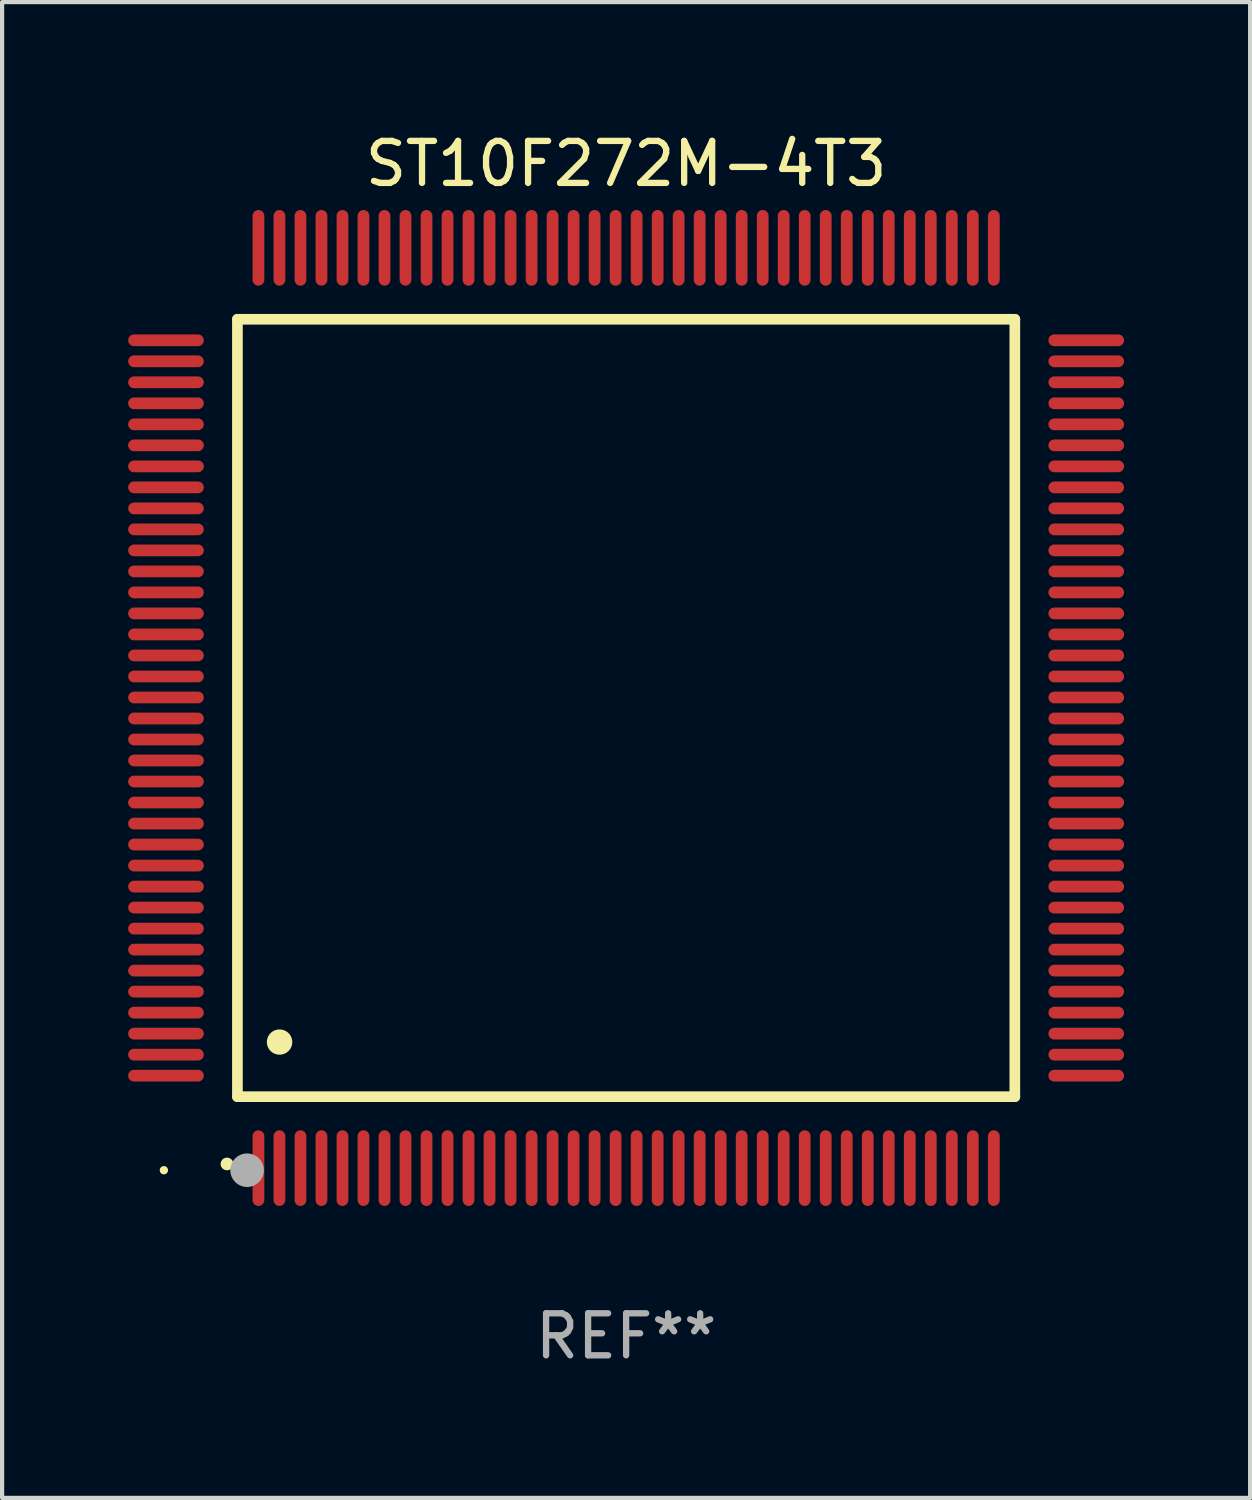
<source format=kicad_pcb>
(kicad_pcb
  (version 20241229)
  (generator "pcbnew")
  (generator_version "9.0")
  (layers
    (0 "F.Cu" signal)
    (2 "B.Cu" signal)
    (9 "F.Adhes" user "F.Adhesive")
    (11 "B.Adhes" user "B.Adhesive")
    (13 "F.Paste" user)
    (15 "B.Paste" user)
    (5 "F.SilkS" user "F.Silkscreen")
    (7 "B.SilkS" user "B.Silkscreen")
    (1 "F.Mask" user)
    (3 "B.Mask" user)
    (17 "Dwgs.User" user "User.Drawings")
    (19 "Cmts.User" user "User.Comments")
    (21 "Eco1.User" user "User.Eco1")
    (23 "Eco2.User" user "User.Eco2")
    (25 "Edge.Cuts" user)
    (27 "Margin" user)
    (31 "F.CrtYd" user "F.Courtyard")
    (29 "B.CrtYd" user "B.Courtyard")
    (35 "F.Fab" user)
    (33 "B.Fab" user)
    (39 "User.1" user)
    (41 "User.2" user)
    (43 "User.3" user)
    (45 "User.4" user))
  (footprint "ST10F272M-4T3"
    (layer "F.Cu")
    (at 11.85 13.798)
    (property "Reference" "ST10F272M-4T3" (at 0 -12.95 0) (layer "F.SilkS") (effects (font (size 1 1) (thickness 0.15))))
    (attr through_hole)
    (fp_line (start -9.25 -9.25) (end -9.25 9.25) (stroke (width 0.254) (type solid)) (layer "F.SilkS"))
    (fp_line (start -9.25 9.25) (end 9.25 9.25) (stroke (width 0.254) (type solid)) (layer "F.SilkS"))
    (fp_line (start 9.25 -9.25) (end -9.25 -9.25) (stroke (width 0.254) (type solid)) (layer "F.SilkS"))
    (fp_line (start 9.25 9.25) (end 9.25 -9.25) (stroke (width 0.254) (type solid)) (layer "F.SilkS"))
    (fp_arc (start -9.499619 10.850902) (mid -9.498349 10.850897) (end -9.497079 10.850902) (stroke (width 0.3) (type solid)) (layer "F.SilkS"))
    (fp_arc (start -8.249936 7.950216) (mid -8.247396 7.950205) (end -8.244856 7.950216) (stroke (width 0.6) (type solid)) (layer "F.SilkS"))
    (fp_circle (center -11 11) (end -10.95 11) (stroke (width 0.1) (type solid)) (fill no) (layer "F.SilkS"))
    (fp_circle (center -9.02 11) (end -8.82 11) (stroke (width 0.4) (type solid)) (fill no) (layer "F.Fab"))
    (fp_text user "REF**" (at 0 14.95 0) (layer "F.Fab") (effects (font (size 1 1) (thickness 0.15))))
    (pad "1" smd oval (at -8.75 10.95) (size 0.28 1.8) (layers "F.Cu" "F.Mask" "F.Paste"))
    (pad "2" smd oval (at -8.25 10.95) (size 0.28 1.8) (layers "F.Cu" "F.Mask" "F.Paste"))
    (pad "3" smd oval (at -7.75 10.95) (size 0.28 1.8) (layers "F.Cu" "F.Mask" "F.Paste"))
    (pad "4" smd oval (at -7.25 10.95) (size 0.28 1.8) (layers "F.Cu" "F.Mask" "F.Paste"))
    (pad "5" smd oval (at -6.75 10.95) (size 0.28 1.8) (layers "F.Cu" "F.Mask" "F.Paste"))
    (pad "6" smd oval (at -6.25 10.95) (size 0.28 1.8) (layers "F.Cu" "F.Mask" "F.Paste"))
    (pad "7" smd oval (at -5.75 10.95) (size 0.28 1.8) (layers "F.Cu" "F.Mask" "F.Paste"))
    (pad "8" smd oval (at -5.25 10.95) (size 0.28 1.8) (layers "F.Cu" "F.Mask" "F.Paste"))
    (pad "9" smd oval (at -4.75 10.95) (size 0.28 1.8) (layers "F.Cu" "F.Mask" "F.Paste"))
    (pad "10" smd oval (at -4.25 10.95) (size 0.28 1.8) (layers "F.Cu" "F.Mask" "F.Paste"))
    (pad "11" smd oval (at -3.75 10.95) (size 0.28 1.8) (layers "F.Cu" "F.Mask" "F.Paste"))
    (pad "12" smd oval (at -3.25 10.95) (size 0.28 1.8) (layers "F.Cu" "F.Mask" "F.Paste"))
    (pad "13" smd oval (at -2.75 10.95) (size 0.28 1.8) (layers "F.Cu" "F.Mask" "F.Paste"))
    (pad "14" smd oval (at -2.25 10.95) (size 0.28 1.8) (layers "F.Cu" "F.Mask" "F.Paste"))
    (pad "15" smd oval (at -1.75 10.95) (size 0.28 1.8) (layers "F.Cu" "F.Mask" "F.Paste"))
    (pad "16" smd oval (at -1.25 10.95) (size 0.28 1.8) (layers "F.Cu" "F.Mask" "F.Paste"))
    (pad "17" smd oval (at -0.75 10.95) (size 0.28 1.8) (layers "F.Cu" "F.Mask" "F.Paste"))
    (pad "18" smd oval (at -0.25 10.95) (size 0.28 1.8) (layers "F.Cu" "F.Mask" "F.Paste"))
    (pad "19" smd oval (at 0.25 10.95) (size 0.28 1.8) (layers "F.Cu" "F.Mask" "F.Paste"))
    (pad "20" smd oval (at 0.75 10.95) (size 0.28 1.8) (layers "F.Cu" "F.Mask" "F.Paste"))
    (pad "21" smd oval (at 1.25 10.95) (size 0.28 1.8) (layers "F.Cu" "F.Mask" "F.Paste"))
    (pad "22" smd oval (at 1.75 10.95) (size 0.28 1.8) (layers "F.Cu" "F.Mask" "F.Paste"))
    (pad "23" smd oval (at 2.25 10.95) (size 0.28 1.8) (layers "F.Cu" "F.Mask" "F.Paste"))
    (pad "24" smd oval (at 2.75 10.95) (size 0.28 1.8) (layers "F.Cu" "F.Mask" "F.Paste"))
    (pad "25" smd oval (at 3.25 10.95) (size 0.28 1.8) (layers "F.Cu" "F.Mask" "F.Paste"))
    (pad "26" smd oval (at 3.75 10.95) (size 0.28 1.8) (layers "F.Cu" "F.Mask" "F.Paste"))
    (pad "27" smd oval (at 4.25 10.95) (size 0.28 1.8) (layers "F.Cu" "F.Mask" "F.Paste"))
    (pad "28" smd oval (at 4.75 10.95) (size 0.28 1.8) (layers "F.Cu" "F.Mask" "F.Paste"))
    (pad "29" smd oval (at 5.25 10.95) (size 0.28 1.8) (layers "F.Cu" "F.Mask" "F.Paste"))
    (pad "30" smd oval (at 5.75 10.95) (size 0.28 1.8) (layers "F.Cu" "F.Mask" "F.Paste"))
    (pad "31" smd oval (at 6.25 10.95) (size 0.28 1.8) (layers "F.Cu" "F.Mask" "F.Paste"))
    (pad "32" smd oval (at 6.75 10.95) (size 0.28 1.8) (layers "F.Cu" "F.Mask" "F.Paste"))
    (pad "33" smd oval (at 7.25 10.95) (size 0.28 1.8) (layers "F.Cu" "F.Mask" "F.Paste"))
    (pad "34" smd oval (at 7.75 10.95) (size 0.28 1.8) (layers "F.Cu" "F.Mask" "F.Paste"))
    (pad "35" smd oval (at 8.25 10.95) (size 0.28 1.8) (layers "F.Cu" "F.Mask" "F.Paste"))
    (pad "36" smd oval (at 8.75 10.95) (size 0.28 1.8) (layers "F.Cu" "F.Mask" "F.Paste"))
    (pad "37" smd oval (at 10.95 8.75) (size 1.8 0.28) (layers "F.Cu" "F.Mask" "F.Paste"))
    (pad "38" smd oval (at 10.95 8.25) (size 1.8 0.28) (layers "F.Cu" "F.Mask" "F.Paste"))
    (pad "39" smd oval (at 10.95 7.75) (size 1.8 0.28) (layers "F.Cu" "F.Mask" "F.Paste"))
    (pad "40" smd oval (at 10.95 7.25) (size 1.8 0.28) (layers "F.Cu" "F.Mask" "F.Paste"))
    (pad "41" smd oval (at 10.95 6.75) (size 1.8 0.28) (layers "F.Cu" "F.Mask" "F.Paste"))
    (pad "42" smd oval (at 10.95 6.25) (size 1.8 0.28) (layers "F.Cu" "F.Mask" "F.Paste"))
    (pad "43" smd oval (at 10.95 5.75) (size 1.8 0.28) (layers "F.Cu" "F.Mask" "F.Paste"))
    (pad "44" smd oval (at 10.95 5.25) (size 1.8 0.28) (layers "F.Cu" "F.Mask" "F.Paste"))
    (pad "45" smd oval (at 10.95 4.75) (size 1.8 0.28) (layers "F.Cu" "F.Mask" "F.Paste"))
    (pad "46" smd oval (at 10.95 4.25) (size 1.8 0.28) (layers "F.Cu" "F.Mask" "F.Paste"))
    (pad "47" smd oval (at 10.95 3.75) (size 1.8 0.28) (layers "F.Cu" "F.Mask" "F.Paste"))
    (pad "48" smd oval (at 10.95 3.25) (size 1.8 0.28) (layers "F.Cu" "F.Mask" "F.Paste"))
    (pad "49" smd oval (at 10.95 2.75) (size 1.8 0.28) (layers "F.Cu" "F.Mask" "F.Paste"))
    (pad "50" smd oval (at 10.95 2.25) (size 1.8 0.28) (layers "F.Cu" "F.Mask" "F.Paste"))
    (pad "51" smd oval (at 10.95 1.75) (size 1.8 0.28) (layers "F.Cu" "F.Mask" "F.Paste"))
    (pad "52" smd oval (at 10.95 1.25) (size 1.8 0.28) (layers "F.Cu" "F.Mask" "F.Paste"))
    (pad "53" smd oval (at 10.95 0.75) (size 1.8 0.28) (layers "F.Cu" "F.Mask" "F.Paste"))
    (pad "54" smd oval (at 10.95 0.25) (size 1.8 0.28) (layers "F.Cu" "F.Mask" "F.Paste"))
    (pad "55" smd oval (at 10.95 -0.25) (size 1.8 0.28) (layers "F.Cu" "F.Mask" "F.Paste"))
    (pad "56" smd oval (at 10.95 -0.75) (size 1.8 0.28) (layers "F.Cu" "F.Mask" "F.Paste"))
    (pad "57" smd oval (at 10.95 -1.25) (size 1.8 0.28) (layers "F.Cu" "F.Mask" "F.Paste"))
    (pad "58" smd oval (at 10.95 -1.75) (size 1.8 0.28) (layers "F.Cu" "F.Mask" "F.Paste"))
    (pad "59" smd oval (at 10.95 -2.25) (size 1.8 0.28) (layers "F.Cu" "F.Mask" "F.Paste"))
    (pad "60" smd oval (at 10.95 -2.75) (size 1.8 0.28) (layers "F.Cu" "F.Mask" "F.Paste"))
    (pad "61" smd oval (at 10.95 -3.25) (size 1.8 0.28) (layers "F.Cu" "F.Mask" "F.Paste"))
    (pad "62" smd oval (at 10.95 -3.75) (size 1.8 0.28) (layers "F.Cu" "F.Mask" "F.Paste"))
    (pad "63" smd oval (at 10.95 -4.25) (size 1.8 0.28) (layers "F.Cu" "F.Mask" "F.Paste"))
    (pad "64" smd oval (at 10.95 -4.75) (size 1.8 0.28) (layers "F.Cu" "F.Mask" "F.Paste"))
    (pad "65" smd oval (at 10.95 -5.25) (size 1.8 0.28) (layers "F.Cu" "F.Mask" "F.Paste"))
    (pad "66" smd oval (at 10.95 -5.75) (size 1.8 0.28) (layers "F.Cu" "F.Mask" "F.Paste"))
    (pad "67" smd oval (at 10.95 -6.25) (size 1.8 0.28) (layers "F.Cu" "F.Mask" "F.Paste"))
    (pad "68" smd oval (at 10.95 -6.75) (size 1.8 0.28) (layers "F.Cu" "F.Mask" "F.Paste"))
    (pad "69" smd oval (at 10.95 -7.25) (size 1.8 0.28) (layers "F.Cu" "F.Mask" "F.Paste"))
    (pad "70" smd oval (at 10.95 -7.75) (size 1.8 0.28) (layers "F.Cu" "F.Mask" "F.Paste"))
    (pad "71" smd oval (at 10.95 -8.25) (size 1.8 0.28) (layers "F.Cu" "F.Mask" "F.Paste"))
    (pad "72" smd oval (at 10.95 -8.75) (size 1.8 0.28) (layers "F.Cu" "F.Mask" "F.Paste"))
    (pad "73" smd oval (at 8.75 -10.95) (size 0.28 1.8) (layers "F.Cu" "F.Mask" "F.Paste"))
    (pad "74" smd oval (at 8.25 -10.95) (size 0.28 1.8) (layers "F.Cu" "F.Mask" "F.Paste"))
    (pad "75" smd oval (at 7.75 -10.95) (size 0.28 1.8) (layers "F.Cu" "F.Mask" "F.Paste"))
    (pad "76" smd oval (at 7.25 -10.95) (size 0.28 1.8) (layers "F.Cu" "F.Mask" "F.Paste"))
    (pad "77" smd oval (at 6.75 -10.95) (size 0.28 1.8) (layers "F.Cu" "F.Mask" "F.Paste"))
    (pad "78" smd oval (at 6.25 -10.95) (size 0.28 1.8) (layers "F.Cu" "F.Mask" "F.Paste"))
    (pad "79" smd oval (at 5.75 -10.95) (size 0.28 1.8) (layers "F.Cu" "F.Mask" "F.Paste"))
    (pad "80" smd oval (at 5.25 -10.95) (size 0.28 1.8) (layers "F.Cu" "F.Mask" "F.Paste"))
    (pad "81" smd oval (at 4.75 -10.95) (size 0.28 1.8) (layers "F.Cu" "F.Mask" "F.Paste"))
    (pad "82" smd oval (at 4.25 -10.95) (size 0.28 1.8) (layers "F.Cu" "F.Mask" "F.Paste"))
    (pad "83" smd oval (at 3.75 -10.95) (size 0.28 1.8) (layers "F.Cu" "F.Mask" "F.Paste"))
    (pad "84" smd oval (at 3.25 -10.95) (size 0.28 1.8) (layers "F.Cu" "F.Mask" "F.Paste"))
    (pad "85" smd oval (at 2.75 -10.95) (size 0.28 1.8) (layers "F.Cu" "F.Mask" "F.Paste"))
    (pad "86" smd oval (at 2.25 -10.95) (size 0.28 1.8) (layers "F.Cu" "F.Mask" "F.Paste"))
    (pad "87" smd oval (at 1.75 -10.95) (size 0.28 1.8) (layers "F.Cu" "F.Mask" "F.Paste"))
    (pad "88" smd oval (at 1.25 -10.95) (size 0.28 1.8) (layers "F.Cu" "F.Mask" "F.Paste"))
    (pad "89" smd oval (at 0.75 -10.95) (size 0.28 1.8) (layers "F.Cu" "F.Mask" "F.Paste"))
    (pad "90" smd oval (at 0.25 -10.95) (size 0.28 1.8) (layers "F.Cu" "F.Mask" "F.Paste"))
    (pad "91" smd oval (at -0.25 -10.95) (size 0.28 1.8) (layers "F.Cu" "F.Mask" "F.Paste"))
    (pad "92" smd oval (at -0.75 -10.95) (size 0.28 1.8) (layers "F.Cu" "F.Mask" "F.Paste"))
    (pad "93" smd oval (at -1.25 -10.95) (size 0.28 1.8) (layers "F.Cu" "F.Mask" "F.Paste"))
    (pad "94" smd oval (at -1.75 -10.95) (size 0.28 1.8) (layers "F.Cu" "F.Mask" "F.Paste"))
    (pad "95" smd oval (at -2.25 -10.95) (size 0.28 1.8) (layers "F.Cu" "F.Mask" "F.Paste"))
    (pad "96" smd oval (at -2.75 -10.95) (size 0.28 1.8) (layers "F.Cu" "F.Mask" "F.Paste"))
    (pad "97" smd oval (at -3.25 -10.95) (size 0.28 1.8) (layers "F.Cu" "F.Mask" "F.Paste"))
    (pad "98" smd oval (at -3.75 -10.95) (size 0.28 1.8) (layers "F.Cu" "F.Mask" "F.Paste"))
    (pad "99" smd oval (at -4.25 -10.95) (size 0.28 1.8) (layers "F.Cu" "F.Mask" "F.Paste"))
    (pad "100" smd oval (at -4.75 -10.95) (size 0.28 1.8) (layers "F.Cu" "F.Mask" "F.Paste"))
    (pad "101" smd oval (at -5.25 -10.95) (size 0.28 1.8) (layers "F.Cu" "F.Mask" "F.Paste"))
    (pad "102" smd oval (at -5.75 -10.95) (size 0.28 1.8) (layers "F.Cu" "F.Mask" "F.Paste"))
    (pad "103" smd oval (at -6.25 -10.95) (size 0.28 1.8) (layers "F.Cu" "F.Mask" "F.Paste"))
    (pad "104" smd oval (at -6.75 -10.95) (size 0.28 1.8) (layers "F.Cu" "F.Mask" "F.Paste"))
    (pad "105" smd oval (at -7.25 -10.95) (size 0.28 1.8) (layers "F.Cu" "F.Mask" "F.Paste"))
    (pad "106" smd oval (at -7.75 -10.95) (size 0.28 1.8) (layers "F.Cu" "F.Mask" "F.Paste"))
    (pad "107" smd oval (at -8.25 -10.95) (size 0.28 1.8) (layers "F.Cu" "F.Mask" "F.Paste"))
    (pad "108" smd oval (at -8.75 -10.95) (size 0.28 1.8) (layers "F.Cu" "F.Mask" "F.Paste"))
    (pad "109" smd oval (at -10.95 -8.75) (size 1.8 0.28) (layers "F.Cu" "F.Mask" "F.Paste"))
    (pad "110" smd oval (at -10.95 -8.25) (size 1.8 0.28) (layers "F.Cu" "F.Mask" "F.Paste"))
    (pad "111" smd oval (at -10.95 -7.75) (size 1.8 0.28) (layers "F.Cu" "F.Mask" "F.Paste"))
    (pad "112" smd oval (at -10.95 -7.25) (size 1.8 0.28) (layers "F.Cu" "F.Mask" "F.Paste"))
    (pad "113" smd oval (at -10.95 -6.75) (size 1.8 0.28) (layers "F.Cu" "F.Mask" "F.Paste"))
    (pad "114" smd oval (at -10.95 -6.25) (size 1.8 0.28) (layers "F.Cu" "F.Mask" "F.Paste"))
    (pad "115" smd oval (at -10.95 -5.75) (size 1.8 0.28) (layers "F.Cu" "F.Mask" "F.Paste"))
    (pad "116" smd oval (at -10.95 -5.25) (size 1.8 0.28) (layers "F.Cu" "F.Mask" "F.Paste"))
    (pad "117" smd oval (at -10.95 -4.75) (size 1.8 0.28) (layers "F.Cu" "F.Mask" "F.Paste"))
    (pad "118" smd oval (at -10.95 -4.25) (size 1.8 0.28) (layers "F.Cu" "F.Mask" "F.Paste"))
    (pad "119" smd oval (at -10.95 -3.75) (size 1.8 0.28) (layers "F.Cu" "F.Mask" "F.Paste"))
    (pad "120" smd oval (at -10.95 -3.25) (size 1.8 0.28) (layers "F.Cu" "F.Mask" "F.Paste"))
    (pad "121" smd oval (at -10.95 -2.75) (size 1.8 0.28) (layers "F.Cu" "F.Mask" "F.Paste"))
    (pad "122" smd oval (at -10.95 -2.25) (size 1.8 0.28) (layers "F.Cu" "F.Mask" "F.Paste"))
    (pad "123" smd oval (at -10.95 -1.75) (size 1.8 0.28) (layers "F.Cu" "F.Mask" "F.Paste"))
    (pad "124" smd oval (at -10.95 -1.25) (size 1.8 0.28) (layers "F.Cu" "F.Mask" "F.Paste"))
    (pad "125" smd oval (at -10.95 -0.75) (size 1.8 0.28) (layers "F.Cu" "F.Mask" "F.Paste"))
    (pad "126" smd oval (at -10.95 -0.25) (size 1.8 0.28) (layers "F.Cu" "F.Mask" "F.Paste"))
    (pad "127" smd oval (at -10.95 0.25) (size 1.8 0.28) (layers "F.Cu" "F.Mask" "F.Paste"))
    (pad "128" smd oval (at -10.95 0.75) (size 1.8 0.28) (layers "F.Cu" "F.Mask" "F.Paste"))
    (pad "129" smd oval (at -10.95 1.25) (size 1.8 0.28) (layers "F.Cu" "F.Mask" "F.Paste"))
    (pad "130" smd oval (at -10.95 1.75) (size 1.8 0.28) (layers "F.Cu" "F.Mask" "F.Paste"))
    (pad "131" smd oval (at -10.95 2.25) (size 1.8 0.28) (layers "F.Cu" "F.Mask" "F.Paste"))
    (pad "132" smd oval (at -10.95 2.75) (size 1.8 0.28) (layers "F.Cu" "F.Mask" "F.Paste"))
    (pad "133" smd oval (at -10.95 3.25) (size 1.8 0.28) (layers "F.Cu" "F.Mask" "F.Paste"))
    (pad "134" smd oval (at -10.95 3.75) (size 1.8 0.28) (layers "F.Cu" "F.Mask" "F.Paste"))
    (pad "135" smd oval (at -10.95 4.25) (size 1.8 0.28) (layers "F.Cu" "F.Mask" "F.Paste"))
    (pad "136" smd oval (at -10.95 4.75) (size 1.8 0.28) (layers "F.Cu" "F.Mask" "F.Paste"))
    (pad "137" smd oval (at -10.95 5.25) (size 1.8 0.28) (layers "F.Cu" "F.Mask" "F.Paste"))
    (pad "138" smd oval (at -10.95 5.75) (size 1.8 0.28) (layers "F.Cu" "F.Mask" "F.Paste"))
    (pad "139" smd oval (at -10.95 6.25) (size 1.8 0.28) (layers "F.Cu" "F.Mask" "F.Paste"))
    (pad "140" smd oval (at -10.95 6.75) (size 1.8 0.28) (layers "F.Cu" "F.Mask" "F.Paste"))
    (pad "141" smd oval (at -10.95 7.25) (size 1.8 0.28) (layers "F.Cu" "F.Mask" "F.Paste"))
    (pad "142" smd oval (at -10.95 7.75) (size 1.8 0.28) (layers "F.Cu" "F.Mask" "F.Paste"))
    (pad "143" smd oval (at -10.95 8.25) (size 1.8 0.28) (layers "F.Cu" "F.Mask" "F.Paste"))
    (pad "144" smd oval (at -10.95 8.75) (size 1.8 0.28) (layers "F.Cu" "F.Mask" "F.Paste")))
  (gr_rect
    (start -3 -3)
    (end 26.7 32.596)
    (stroke (width 0.1) (type default))
    (fill no)
    (layer "Edge.Cuts")))
</source>
